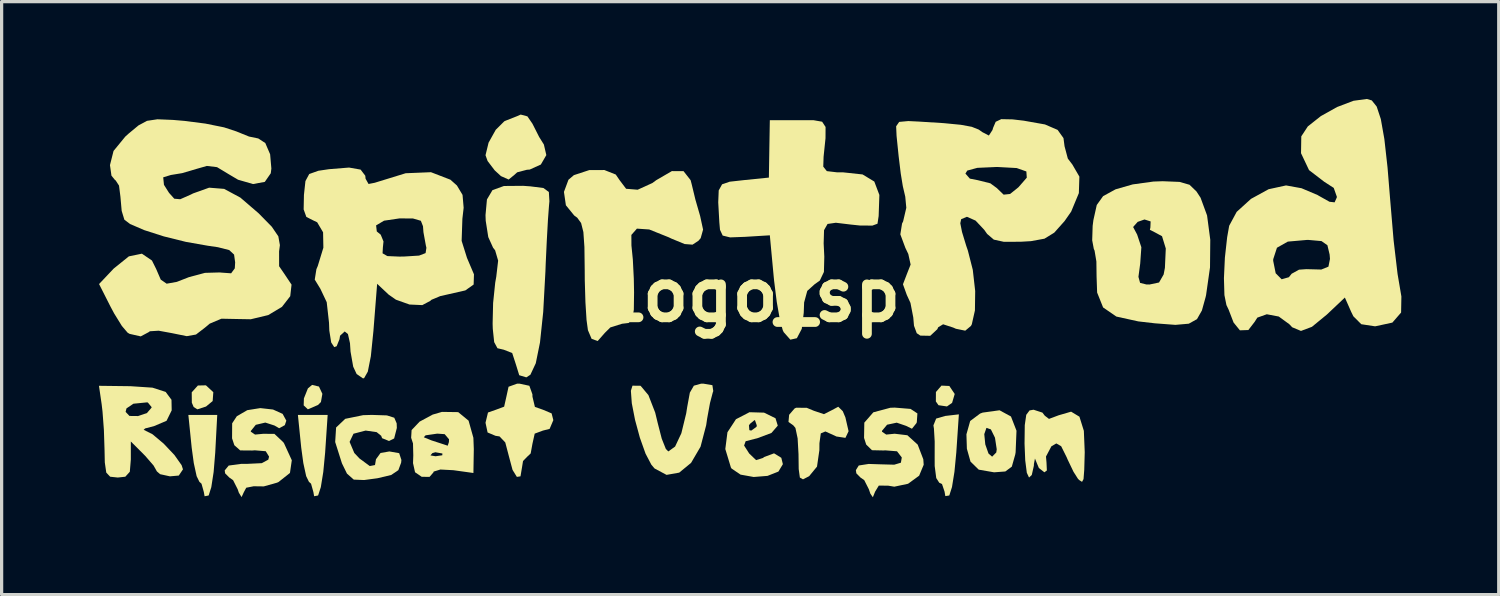
<source format=kicad_pcb>
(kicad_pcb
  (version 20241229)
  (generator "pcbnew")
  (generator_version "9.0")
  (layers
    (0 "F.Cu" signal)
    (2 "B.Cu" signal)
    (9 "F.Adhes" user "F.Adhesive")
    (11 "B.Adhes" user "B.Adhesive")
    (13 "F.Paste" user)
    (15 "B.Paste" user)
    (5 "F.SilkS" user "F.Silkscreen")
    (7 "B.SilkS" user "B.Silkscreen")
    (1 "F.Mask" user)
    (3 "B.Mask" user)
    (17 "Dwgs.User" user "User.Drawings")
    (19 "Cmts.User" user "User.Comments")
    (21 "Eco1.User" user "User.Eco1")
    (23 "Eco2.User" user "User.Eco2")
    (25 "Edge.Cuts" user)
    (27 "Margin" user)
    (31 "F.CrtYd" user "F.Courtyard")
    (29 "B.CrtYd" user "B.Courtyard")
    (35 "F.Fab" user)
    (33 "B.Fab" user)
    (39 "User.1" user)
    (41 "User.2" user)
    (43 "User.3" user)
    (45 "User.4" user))
  (footprint "Logo_sp"
    (layer "F.Cu")
    (at 20.112 6.04)
    (property "Reference" "Logo_sp" (at 0 0 0) (layer "F.SilkS") (effects (font (size 1.524 1.524) (thickness 0.3))))
    (attr board_only exclude_from_pos_files exclude_from_bom)
    (fp_poly (pts (xy 6.095 2.805) (xy 6.261 3.052) (xy 6.18 3.326) (xy 6.022 3.436) (xy 5.761 3.398) (xy 5.68 3.282) (xy 5.682 2.991) (xy 5.853 2.794)) (stroke (width 0) (type solid)) (fill yes) (layer "F.SilkS"))
    (fp_poly (pts (xy -16.588 2.997) (xy -16.608 3.27) (xy -16.813 3.439) (xy -17.079 3.525) (xy -17.193 3.454) (xy -17.25 3.321) (xy -17.253 3.001) (xy -17.064 2.791) (xy -16.816 2.785)) (stroke (width 0) (type solid)) (fill yes) (layer "F.SilkS"))
    (fp_poly (pts (xy -13.332 2.823) (xy -13.227 3.047) (xy -13.271 3.299) (xy -13.36 3.39) (xy -13.674 3.525) (xy -13.803 3.403) (xy -13.796 3.188) (xy -13.673 2.88) (xy -13.544 2.772)) (stroke (width 0) (type solid)) (fill yes) (layer "F.SilkS"))
    (fp_poly (pts (xy -16.529 4.863) (xy -16.578 5.456) (xy -16.65 5.924) (xy -16.729 6.173) (xy -16.735 6.181) (xy -16.857 6.204) (xy -16.88 6.074) (xy -16.952 5.817) (xy -17.016 5.761) (xy -17.102 5.585) (xy -17.19 5.181) (xy -17.255 4.702) (xy -17.357 3.697) (xy -16.467 3.697)) (stroke (width 0) (type solid)) (fill yes) (layer "F.SilkS"))
    (fp_poly (pts (xy -13.142 4.863) (xy -13.199 5.456) (xy -13.275 5.924) (xy -13.356 6.173) (xy -13.362 6.181) (xy -13.481 6.203) (xy -13.504 6.074) (xy -13.576 5.817) (xy -13.64 5.761) (xy -13.726 5.585) (xy -13.814 5.181) (xy -13.879 4.702) (xy -13.981 3.697) (xy -13.064 3.697)) (stroke (width 0) (type solid)) (fill yes) (layer "F.SilkS"))
    (fp_poly (pts (xy 6.31 4.854) (xy 6.253 5.449) (xy 6.177 5.92) (xy 6.097 6.172) (xy 6.09 6.181) (xy 5.972 6.199) (xy 5.948 6.061) (xy 5.869 5.827) (xy 5.784 5.787) (xy 5.692 5.643) (xy 5.644 5.272) (xy 5.643 5.024) (xy 5.644 4.516) (xy 5.621 4.121) (xy 5.605 4.019) (xy 5.689 3.81) (xy 5.967 3.729) (xy 6.389 3.68)) (stroke (width 0) (type solid)) (fill yes) (layer "F.SilkS"))
    (fp_poly (pts (xy -6.908 -5.504) (xy -6.753 -5.278) (xy -6.546 -4.869) (xy -6.4 -4.635) (xy -6.325 -4.31) (xy -6.494 -4.019) (xy -6.837 -3.864) (xy -6.923 -3.858) (xy -7.222 -3.78) (xy -7.315 -3.697) (xy -7.486 -3.557) (xy -7.724 -3.663) (xy -7.917 -3.841) (xy -8.135 -4.128) (xy -8.199 -4.306) (xy -8.105 -4.693) (xy -7.883 -5.091) (xy -7.62 -5.352) (xy -7.576 -5.372) (xy -7.226 -5.51) (xy -7.115 -5.559)) (stroke (width 0) (type solid)) (fill yes) (layer "F.SilkS"))
    (fp_poly (pts (xy 7.995 3.746) (xy 8.165 4.184) (xy 8.138 4.85) (xy 8.126 4.919) (xy 8.021 5.291) (xy 7.821 5.44) (xy 7.474 5.466) (xy 7.001 5.384) (xy 6.748 5.137) (xy 6.636 4.74) (xy 6.622 4.296) (xy 6.624 4.289) (xy 7.172 4.289) (xy 7.203 4.605) (xy 7.302 4.887) (xy 7.414 4.984) (xy 7.542 4.854) (xy 7.556 4.756) (xy 7.502 4.4) (xy 7.376 4.144) (xy 7.239 4.096) (xy 7.172 4.289) (xy 6.624 4.289) (xy 6.738 3.884) (xy 7.043 3.656) (xy 7.122 3.626) (xy 7.643 3.554)) (stroke (width 0) (type solid)) (fill yes) (layer "F.SilkS"))
    (fp_poly (pts (xy 2.811 3.582) (xy 2.892 3.774) (xy 2.99 4.2) (xy 2.893 4.404) (xy 2.614 4.362) (xy 2.573 4.341) (xy 2.275 4.207) (xy 2.134 4.266) (xy 2.092 4.57) (xy 2.09 4.784) (xy 2.017 5.29) (xy 1.775 5.585) (xy 1.768 5.589) (xy 1.585 5.683) (xy 1.489 5.628) (xy 1.453 5.366) (xy 1.447 4.905) (xy 1.42 4.42) (xy 1.352 4.098) (xy 1.286 4.019) (xy 1.138 3.914) (xy 1.158 3.693) (xy 1.326 3.499) (xy 1.373 3.476) (xy 1.7 3.478) (xy 1.922 3.57) (xy 2.231 3.674) (xy 2.476 3.55) (xy 2.672 3.445)) (stroke (width 0) (type solid)) (fill yes) (layer "F.SilkS"))
    (fp_poly (pts (xy -6.848 2.799) (xy -6.754 3.061) (xy -6.752 3.135) (xy -6.677 3.45) (xy -6.43 3.537) (xy -6.162 3.65) (xy -6.109 3.858) (xy -6.223 4.127) (xy -6.43 4.18) (xy -6.683 4.274) (xy -6.752 4.582) (xy -6.807 4.884) (xy -6.913 4.984) (xy -7.043 5.118) (xy -7.073 5.305) (xy -7.121 5.59) (xy -7.233 5.607) (xy -7.366 5.392) (xy -7.475 4.984) (xy -7.59 4.546) (xy -7.767 4.36) (xy -7.891 4.341) (xy -8.135 4.238) (xy -8.199 3.939) (xy -8.123 3.623) (xy -7.877 3.537) (xy -7.625 3.443) (xy -7.556 3.135) (xy -7.489 2.829) (xy -7.228 2.735) (xy -7.154 2.733)) (stroke (width 0) (type solid)) (fill yes) (layer "F.SilkS"))
    (fp_poly (pts (xy -1.207 2.781) (xy -1.18 2.962) (xy -1.196 3.007) (xy -1.281 3.331) (xy -1.37 3.817) (xy -1.398 4.012) (xy -1.572 4.676) (xy -1.864 5.175) (xy -2.23 5.476) (xy -2.62 5.545) (xy -2.989 5.348) (xy -3.087 5.233) (xy -3.267 4.891) (xy -3.442 4.399) (xy -3.591 3.85) (xy -3.691 3.337) (xy -3.719 2.953) (xy -3.67 2.796) (xy -3.42 2.799) (xy -3.179 3.087) (xy -2.97 3.625) (xy -2.891 3.951) (xy -2.768 4.429) (xy -2.642 4.745) (xy -2.566 4.823) (xy -2.356 4.672) (xy -2.163 4.261) (xy -2.014 3.649) (xy -1.985 3.463) (xy -1.902 3.011) (xy -1.778 2.796) (xy -1.555 2.734) (xy -1.488 2.733)) (stroke (width 0) (type solid)) (fill yes) (layer "F.SilkS"))
    (fp_poly (pts (xy -11.238 3.712) (xy -11.011 3.784) (xy -10.937 3.957) (xy -10.932 4.099) (xy -11.015 4.423) (xy -11.173 4.501) (xy -11.387 4.414) (xy -11.414 4.341) (xy -11.554 4.228) (xy -11.89 4.18) (xy -11.896 4.18) (xy -12.268 4.277) (xy -12.388 4.528) (xy -12.243 4.87) (xy -12.084 5.039) (xy -11.766 5.273) (xy -11.605 5.242) (xy -11.575 5.064) (xy -11.434 4.87) (xy -11.162 4.823) (xy -10.86 4.876) (xy -10.791 5.086) (xy -10.8 5.17) (xy -10.885 5.399) (xy -11.105 5.548) (xy -11.53 5.649) (xy -11.941 5.704) (xy -12.26 5.691) (xy -12.469 5.506) (xy -12.624 5.189) (xy -12.832 4.533) (xy -12.804 4.085) (xy -12.523 3.818) (xy -11.972 3.705) (xy -11.703 3.697)) (stroke (width 0) (type solid)) (fill yes) (layer "F.SilkS"))
    (fp_poly (pts (xy -6.817 -3.347) (xy -6.414 -3.296) (xy -6.247 -3.173) (xy -6.23 -2.887) (xy -6.244 -2.733) (xy -6.275 -2.313) (xy -6.31 -1.685) (xy -6.344 -0.964) (xy -6.353 -0.723) (xy -6.421 0.525) (xy -6.52 1.464) (xy -6.65 2.105) (xy -6.816 2.459) (xy -6.941 2.54) (xy -7.16 2.474) (xy -7.263 2.14) (xy -7.377 1.79) (xy -7.636 1.688) (xy -7.831 1.642) (xy -7.932 1.454) (xy -7.975 1.045) (xy -7.98 0.884) (xy -7.965 0.249) (xy -7.9 -0.379) (xy -7.868 -0.56) (xy -7.81 -1.057) (xy -7.903 -1.376) (xy -7.966 -1.456) (xy -8.114 -1.783) (xy -8.193 -2.288) (xy -8.199 -2.461) (xy -8.155 -2.943) (xy -7.985 -3.23) (xy -7.632 -3.358) (xy -7.04 -3.363)) (stroke (width 0) (type solid)) (fill yes) (layer "F.SilkS"))
    (fp_poly (pts (xy 0.385 3.627) (xy 0.738 3.8) (xy 0.808 4.028) (xy 0.613 4.253) (xy 0.169 4.419) (xy 0.14 4.425) (xy -0.182 4.508) (xy -0.23 4.641) (xy -0.072 4.887) (xy 0.14 5.09) (xy 0.351 5.024) (xy 0.39 4.994) (xy 0.693 4.881) (xy 0.917 5.019) (xy 0.965 5.215) (xy 0.828 5.443) (xy 0.492 5.576) (xy 0.066 5.61) (xy -0.34 5.537) (xy -0.616 5.35) (xy -0.637 5.316) (xy -0.809 4.749) (xy -0.743 4.231) (xy -0.604 4.019) (xy -0.08 4.019) (xy -0.068 4.167) (xy -0.009 4.18) (xy 0.154 4.063) (xy 0.161 4.019) (xy 0.106 3.862) (xy 0.09 3.858) (xy -0.047 3.971) (xy -0.08 4.019) (xy -0.604 4.019) (xy -0.481 3.83) (xy -0.064 3.614)) (stroke (width 0) (type solid)) (fill yes) (layer "F.SilkS"))
    (fp_poly (pts (xy 8.964 3.626) (xy 9.037 3.721) (xy 9.166 3.82) (xy 9.463 3.709) (xy 9.848 3.597) (xy 10.105 3.752) (xy 10.241 4.188) (xy 10.268 4.843) (xy 10.253 5.389) (xy 10.231 5.675) (xy 10.185 5.76) (xy 10.1 5.706) (xy 10.06 5.667) (xy 9.921 5.448) (xy 9.739 5.068) (xy 9.712 5.004) (xy 9.541 4.661) (xy 9.392 4.576) (xy 9.24 4.665) (xy 9.074 4.98) (xy 9.09 5.167) (xy 9.101 5.409) (xy 9.025 5.466) (xy 8.855 5.333) (xy 8.792 5.184) (xy 8.734 5.041) (xy 8.703 5.205) (xy 8.7 5.265) (xy 8.636 5.548) (xy 8.551 5.627) (xy 8.483 5.48) (xy 8.434 5.096) (xy 8.413 4.582) (xy 8.42 4.012) (xy 8.466 3.694) (xy 8.567 3.559) (xy 8.69 3.537)) (stroke (width 0) (type solid)) (fill yes) (layer "F.SilkS"))
    (fp_poly (pts (xy -9.041 3.611) (xy -8.721 3.874) (xy -8.573 4.402) (xy -8.56 4.75) (xy -8.572 5.487) (xy -9.189 5.401) (xy -9.59 5.38) (xy -9.796 5.443) (xy -9.806 5.471) (xy -9.924 5.607) (xy -10.166 5.604) (xy -10.37 5.465) (xy -10.371 5.463) (xy -10.433 5.184) (xy -10.425 4.945) (xy -9.897 4.945) (xy -9.739 4.971) (xy -9.531 4.941) (xy -9.528 4.886) (xy -9.744 4.848) (xy -9.836 4.874) (xy -9.897 4.945) (xy -10.425 4.945) (xy -10.425 4.941) (xy -10.434 4.576) (xy -10.491 4.402) (xy -10.49 4.386) (xy -10.101 4.386) (xy -9.865 4.482) (xy -9.806 4.501) (xy -9.493 4.603) (xy -9.364 4.646) (xy -9.327 4.533) (xy -9.324 4.448) (xy -9.458 4.29) (xy -9.686 4.274) (xy -10.046 4.326) (xy -10.101 4.386) (xy -10.49 4.386) (xy -10.477 4.164) (xy -10.23 3.904) (xy -9.827 3.687) (xy -9.541 3.604)) (stroke (width 0) (type solid)) (fill yes) (layer "F.SilkS"))
    (fp_poly (pts (xy 4.899 3.512) (xy 5.111 3.651) (xy 5.093 3.919) (xy 5.082 3.95) (xy 4.943 4.123) (xy 4.761 4.034) (xy 4.474 3.936) (xy 4.177 3.999) (xy 4.021 4.186) (xy 4.019 4.214) (xy 4.15 4.303) (xy 4.411 4.277) (xy 4.802 4.324) (xy 5.12 4.613) (xy 5.293 5.065) (xy 5.305 5.233) (xy 5.165 5.57) (xy 4.823 5.819) (xy 4.399 5.909) (xy 4.212 5.878) (xy 3.922 5.875) (xy 3.808 6.062) (xy 3.738 6.235) (xy 3.661 6.123) (xy 3.615 5.988) (xy 3.473 5.708) (xy 3.357 5.627) (xy 3.229 5.497) (xy 3.215 5.398) (xy 3.304 5.256) (xy 3.61 5.208) (xy 3.947 5.219) (xy 4.398 5.231) (xy 4.602 5.17) (xy 4.629 5.015) (xy 4.628 5.006) (xy 4.483 4.818) (xy 4.113 4.789) (xy 4.077 4.793) (xy 3.711 4.785) (xy 3.533 4.611) (xy 3.467 4.406) (xy 3.475 3.935) (xy 3.753 3.617) (xy 4.275 3.477) (xy 4.413 3.472)) (stroke (width 0) (type solid)) (fill yes) (layer "F.SilkS"))
    (fp_poly (pts (xy -14.748 3.531) (xy -14.452 3.665) (xy -14.338 3.874) (xy -14.384 4.013) (xy -14.559 4.108) (xy -14.703 4.024) (xy -14.985 3.933) (xy -15.279 4.002) (xy -15.431 4.191) (xy -15.433 4.214) (xy -15.302 4.303) (xy -15.049 4.279) (xy -14.704 4.282) (xy -14.431 4.539) (xy -14.406 4.577) (xy -14.169 5.094) (xy -14.226 5.486) (xy -14.578 5.765) (xy -14.626 5.786) (xy -15.032 5.9) (xy -15.338 5.896) (xy -15.34 5.895) (xy -15.573 5.941) (xy -15.647 6.078) (xy -15.717 6.23) (xy -15.801 6.094) (xy -15.837 5.988) (xy -15.979 5.708) (xy -16.095 5.627) (xy -16.224 5.498) (xy -16.237 5.408) (xy -16.114 5.258) (xy -15.723 5.205) (xy -15.553 5.206) (xy -15.095 5.184) (xy -14.893 5.076) (xy -14.87 4.982) (xy -14.972 4.816) (xy -15.311 4.788) (xy -15.387 4.794) (xy -15.759 4.791) (xy -15.94 4.631) (xy -16.01 4.419) (xy -16.007 3.956) (xy -15.863 3.737) (xy -15.541 3.551) (xy -15.14 3.487)) (stroke (width 0) (type solid)) (fill yes) (layer "F.SilkS"))
    (fp_poly (pts (xy -19.141 2.812) (xy -18.463 2.857) (xy -18.057 2.988) (xy -17.877 3.23) (xy -17.871 3.557) (xy -18.029 3.878) (xy -18.407 4.039) (xy -18.69 4.114) (xy -18.736 4.159) (xy -18.724 4.161) (xy -18.462 4.293) (xy -18.118 4.582) (xy -17.787 4.932) (xy -17.565 5.246) (xy -17.523 5.375) (xy -17.652 5.566) (xy -17.925 5.59) (xy -18.227 5.524) (xy -18.327 5.438) (xy -18.43 5.256) (xy -18.683 4.964) (xy -18.728 4.918) (xy -19.13 4.516) (xy -19.13 5.071) (xy -19.161 5.449) (xy -19.3 5.602) (xy -19.532 5.627) (xy -19.767 5.602) (xy -19.887 5.474) (xy -19.932 5.162) (xy -19.94 4.783) (xy -19.96 4.163) (xy -20.002 3.603) (xy -19.291 3.603) (xy -19.172 3.729) (xy -18.906 3.732) (xy -18.633 3.639) (xy -18.492 3.474) (xy -18.49 3.456) (xy -18.607 3.313) (xy -18.648 3.312) (xy -18.948 3.342) (xy -19.05 3.352) (xy -19.264 3.496) (xy -19.291 3.603) (xy -20.002 3.603) (xy -20.005 3.573) (xy -20.029 3.369) (xy -20.112 2.8)) (stroke (width 0) (type solid)) (fill yes) (layer "F.SilkS"))
    (fp_poly (pts (xy -4.185 -3.711) (xy -4.066 -3.537) (xy -3.866 -3.272) (xy -3.51 -3.243) (xy -3.058 -3.449) (xy -2.938 -3.537) (xy -2.456 -3.817) (xy -2.097 -3.816) (xy -1.878 -3.537) (xy -1.846 -3.416) (xy -1.731 -2.94) (xy -1.585 -2.434) (xy -1.494 -2.014) (xy -1.568 -1.75) (xy -1.638 -1.669) (xy -1.82 -1.55) (xy -2.063 -1.569) (xy -2.47 -1.737) (xy -2.551 -1.776) (xy -3.154 -2.018) (xy -3.533 -2.044) (xy -3.704 -1.85) (xy -3.702 -1.524) (xy -3.659 -1.095) (xy -3.629 -0.501) (xy -3.621 -0.08) (xy -3.628 0.455) (xy -3.675 0.745) (xy -3.79 0.864) (xy -3.992 0.888) (xy -4.352 1.001) (xy -4.523 1.17) (xy -4.742 1.42) (xy -4.93 1.352) (xy -5.043 1.085) (xy -5.086 0.767) (xy -5.12 0.222) (xy -5.14 -0.452) (xy -5.142 -0.762) (xy -5.151 -1.476) (xy -5.183 -1.938) (xy -5.253 -2.216) (xy -5.373 -2.381) (xy -5.466 -2.449) (xy -5.722 -2.764) (xy -5.782 -3.176) (xy -5.643 -3.55) (xy -5.476 -3.692) (xy -5.002 -3.848) (xy -4.536 -3.85)) (stroke (width 0) (type solid)) (fill yes) (layer "F.SilkS"))
    (fp_poly (pts (xy 1.913 -5.385) (xy 2.175 -5.339) (xy 2.281 -5.177) (xy 2.279 -4.829) (xy 2.22 -4.26) (xy 2.21 -3.954) (xy 2.32 -3.816) (xy 2.635 -3.779) (xy 2.827 -3.778) (xy 3.421 -3.714) (xy 3.783 -3.495) (xy 3.939 -3.082) (xy 3.917 -2.433) (xy 3.881 -2.195) (xy 3.725 -2.138) (xy 3.349 -2.139) (xy 3.054 -2.17) (xy 2.598 -2.225) (xy 2.342 -2.188) (xy 2.234 -1.997) (xy 2.222 -1.589) (xy 2.242 -1.178) (xy 2.23 -0.709) (xy 2.104 -0.444) (xy 1.943 -0.329) (xy 1.717 -0.125) (xy 1.62 0.231) (xy 1.608 0.551) (xy 1.547 1.046) (xy 1.396 1.333) (xy 1.196 1.378) (xy 0.99 1.146) (xy 0.96 1.082) (xy 0.871 0.753) (xy 0.776 0.211) (xy 0.695 -0.438) (xy 0.683 -0.558) (xy 0.563 -1.838) (xy -0.201 -1.791) (xy -0.662 -1.774) (xy -0.89 -1.83) (xy -0.973 -2.009) (xy -0.993 -2.238) (xy -1.027 -2.855) (xy -1.012 -3.222) (xy -0.908 -3.41) (xy -0.675 -3.49) (xy -0.271 -3.535) (xy -0.256 -3.537) (xy 0.534 -3.617) (xy 0.548 -4.501) (xy 0.563 -5.385) (xy 1.447 -5.385)) (stroke (width 0) (type solid)) (fill yes) (layer "F.SilkS"))
    (fp_poly (pts (xy 13.189 -3.484) (xy 13.497 -3.396) (xy 13.711 -3.19) (xy 13.838 -2.996) (xy 14.038 -2.451) (xy 14.137 -1.701) (xy 14.129 -0.85) (xy 14.008 0.000302) (xy 13.994 0.064) (xy 13.879 0.479) (xy 13.727 0.746) (xy 13.475 0.886) (xy 13.062 0.922) (xy 12.429 0.874) (xy 11.919 0.815) (xy 11.243 0.666) (xy 10.834 0.385) (xy 10.65 -0.074) (xy 10.633 -0.57) (xy 10.627 -1.032) (xy 10.571 -1.367) (xy 10.548 -1.417) (xy 10.498 -1.684) (xy 10.511 -2.094) (xy 11.759 -2.094) (xy 11.879 -1.869) (xy 11.881 -1.867) (xy 12.013 -1.47) (xy 11.978 -0.97) (xy 11.923 -0.558) (xy 11.974 -0.372) (xy 12.168 -0.323) (xy 12.266 -0.322) (xy 12.558 -0.384) (xy 12.7 -0.631) (xy 12.739 -0.835) (xy 12.766 -1.432) (xy 12.65 -1.81) (xy 12.431 -1.929) (xy 12.276 -2.007) (xy 12.291 -2.079) (xy 12.299 -2.266) (xy 12.11 -2.326) (xy 11.899 -2.252) (xy 11.759 -2.094) (xy 10.511 -2.094) (xy 10.512 -2.127) (xy 10.535 -2.307) (xy 10.639 -2.773) (xy 10.834 -3.045) (xy 11.212 -3.252) (xy 11.228 -3.258) (xy 11.747 -3.407) (xy 12.386 -3.495) (xy 12.673 -3.505)) (stroke (width 0) (type solid)) (fill yes) (layer "F.SilkS"))
    (fp_poly (pts (xy 19.115 -5.995) (xy 19.266 -5.805) (xy 19.393 -5.42) (xy 19.502 -4.805) (xy 19.6 -3.93) (xy 19.678 -2.974) (xy 19.787 -1.684) (xy 19.909 -0.648) (xy 20.027 0.047) (xy 20.018 0.542) (xy 19.749 0.852) (xy 19.232 0.964) (xy 19.205 0.965) (xy 18.791 0.902) (xy 18.547 0.658) (xy 18.48 0.522) (xy 18.285 0.08) (xy 17.732 0.603) (xy 17.27 0.982) (xy 16.932 1.109) (xy 16.662 0.996) (xy 16.573 0.902) (xy 16.248 0.665) (xy 15.879 0.595) (xy 15.587 0.699) (xy 15.506 0.827) (xy 15.311 1.081) (xy 15.05 1.09) (xy 14.855 0.85) (xy 14.853 0.844) (xy 14.701 0.45) (xy 14.635 0.312) (xy 14.573 0.004) (xy 14.558 -0.517) (xy 14.583 -1.052) (xy 16.076 -1.052) (xy 16.153 -0.668) (xy 16.337 -0.483) (xy 16.56 -0.547) (xy 16.644 -0.653) (xy 16.872 -0.779) (xy 17.096 -0.795) (xy 17.559 -0.783) (xy 17.779 -0.873) (xy 17.826 -1.111) (xy 17.815 -1.246) (xy 17.747 -1.532) (xy 17.565 -1.66) (xy 17.172 -1.695) (xy 17.121 -1.696) (xy 16.527 -1.644) (xy 16.192 -1.455) (xy 16.077 -1.102) (xy 16.076 -1.052) (xy 14.583 -1.052) (xy 14.587 -1.145) (xy 14.657 -1.777) (xy 14.72 -2.133) (xy 14.951 -2.561) (xy 15.392 -2.961) (xy 15.934 -3.258) (xy 16.47 -3.375) (xy 16.475 -3.375) (xy 16.949 -3.289) (xy 17.443 -3.08) (xy 17.472 -3.062) (xy 17.811 -2.872) (xy 17.969 -2.854) (xy 18.035 -3.002) (xy 18.039 -3.023) (xy 17.942 -3.299) (xy 17.648 -3.489) (xy 17.181 -3.847) (xy 16.934 -4.368) (xy 16.942 -4.888) (xy 17.144 -5.195) (xy 17.545 -5.512) (xy 18.046 -5.792) (xy 18.551 -5.984) (xy 18.964 -6.04)) (stroke (width 0) (type solid)) (fill yes) (layer "F.SilkS"))
    (fp_poly (pts (xy -12.048 -3.863) (xy -11.904 -3.673) (xy -11.896 -3.583) (xy -11.804 -3.42) (xy -11.615 -3.457) (xy -10.66 -3.751) (xy -9.88 -3.783) (xy -9.281 -3.552) (xy -9.08 -3.373) (xy -8.907 -3.084) (xy -8.873 -2.687) (xy -8.912 -2.346) (xy -8.935 -1.667) (xy -8.77 -1.142) (xy -8.555 -0.636) (xy -8.565 -0.321) (xy -8.821 -0.14) (xy -9.167 -0.061) (xy -9.595 0.036) (xy -9.867 0.15) (xy -9.9 0.182) (xy -10.147 0.313) (xy -10.542 0.295) (xy -10.96 0.146) (xy -11.185 -0.011) (xy -11.539 -0.344) (xy -11.654 1.114) (xy -11.733 1.889) (xy -11.827 2.364) (xy -11.94 2.563) (xy -11.975 2.572) (xy -12.171 2.437) (xy -12.277 2.21) (xy -12.359 1.745) (xy -12.376 1.487) (xy -12.439 1.205) (xy -12.539 1.125) (xy -12.682 1.256) (xy -12.7 1.366) (xy -12.787 1.58) (xy -12.861 1.608) (xy -12.955 1.464) (xy -13.013 1.098) (xy -13.022 0.857) (xy -13.093 0.223) (xy -13.288 -0.189) (xy -13.462 -0.473) (xy -13.411 -0.793) (xy -13.369 -0.892) (xy -13.196 -1.457) (xy -13.205 -1.931) (xy -13.331 -2.144) (xy -11.571 -2.144) (xy -11.55 -1.957) (xy -11.429 -1.858) (xy -11.343 -1.649) (xy -11.362 -1.466) (xy -11.372 -1.283) (xy -11.225 -1.198) (xy -10.851 -1.182) (xy -10.697 -1.185) (xy -10.247 -1.213) (xy -10.046 -1.29) (xy -10.021 -1.453) (xy -10.038 -1.527) (xy -10.112 -1.933) (xy -10.126 -2.118) (xy -10.192 -2.286) (xy -10.436 -2.357) (xy -10.851 -2.359) (xy -11.326 -2.289) (xy -11.571 -2.144) (xy -13.331 -2.144) (xy -13.387 -2.239) (xy -13.514 -2.3) (xy -13.721 -2.405) (xy -13.804 -2.636) (xy -13.795 -3.082) (xy -13.749 -3.51) (xy -13.632 -3.727) (xy -13.351 -3.827) (xy -13.022 -3.876) (xy -12.405 -3.926)) (stroke (width 0) (type solid)) (fill yes) (layer "F.SilkS"))
    (fp_poly (pts (xy 8.044 -5.411) (xy 8.387 -5.371) (xy 9.042 -5.255) (xy 9.432 -5.087) (xy 9.613 -4.834) (xy 9.646 -4.582) (xy 9.747 -4.203) (xy 9.887 -4.019) (xy 10.103 -3.647) (xy 10.087 -3.139) (xy 9.85 -2.568) (xy 9.646 -2.276) (xy 9.328 -1.919) (xy 9.027 -1.734) (xy 8.61 -1.658) (xy 8.3 -1.64) (xy 7.777 -1.637) (xy 7.466 -1.705) (xy 7.26 -1.881) (xy 7.17 -2.008) (xy 6.904 -2.291) (xy 6.638 -2.409) (xy 6.46 -2.335) (xy 6.433 -2.21) (xy 6.486 -1.941) (xy 6.616 -1.514) (xy 6.667 -1.366) (xy 6.818 -0.774) (xy 6.892 -0.121) (xy 6.884 0.477) (xy 6.788 0.904) (xy 6.761 0.955) (xy 6.586 1.101) (xy 6.298 1.042) (xy 6.214 1.005) (xy 5.903 0.904) (xy 5.751 0.997) (xy 5.726 1.055) (xy 5.507 1.259) (xy 5.201 1.253) (xy 5.091 1.179) (xy 5.006 0.949) (xy 4.984 0.694) (xy 4.897 0.244) (xy 4.784 -0.002) (xy 4.666 -0.329) (xy 4.787 -0.645) (xy 4.902 -0.937) (xy 4.831 -1.261) (xy 4.74 -1.451) (xy 4.585 -1.868) (xy 4.638 -2.2) (xy 4.671 -2.267) (xy 4.769 -2.686) (xy 4.737 -3.029) (xy 4.662 -3.351) (xy 4.598 -3.74) (xy 4.598 -3.74) (xy 6.591 -3.74) (xy 6.728 -3.585) (xy 6.973 -3.537) (xy 7.358 -3.441) (xy 7.556 -3.296) (xy 7.769 -3.091) (xy 7.967 -3.112) (xy 8.226 -3.32) (xy 8.482 -3.614) (xy 8.469 -3.806) (xy 8.171 -3.911) (xy 7.573 -3.944) (xy 7.556 -3.944) (xy 6.957 -3.917) (xy 6.648 -3.833) (xy 6.591 -3.74) (xy 4.598 -3.74) (xy 4.532 -4.285) (xy 4.469 -4.903) (xy 4.456 -5.198) (xy 4.549 -5.333) (xy 4.83 -5.359) (xy 5.144 -5.344) (xy 5.924 -5.295) (xy 6.449 -5.244) (xy 6.786 -5.182) (xy 7 -5.097) (xy 7.112 -5.018) (xy 7.314 -4.913) (xy 7.425 -5.084) (xy 7.443 -5.148) (xy 7.524 -5.337) (xy 7.696 -5.418)) (stroke (width 0) (type solid)) (fill yes) (layer "F.SilkS"))
    (fp_poly (pts (xy -17.828 -5.394) (xy -17.476 -5.364) (xy -16.831 -5.281) (xy -16.257 -5.165) (xy -15.883 -5.042) (xy -15.488 -4.882) (xy -15.203 -4.823) (xy -14.986 -4.682) (xy -14.837 -4.335) (xy -14.799 -3.896) (xy -14.817 -3.75) (xy -15.001 -3.485) (xy -15.363 -3.418) (xy -15.825 -3.551) (xy -16.096 -3.711) (xy -16.474 -3.939) (xy -16.786 -3.976) (xy -17.112 -3.883) (xy -17.548 -3.754) (xy -17.889 -3.698) (xy -17.896 -3.697) (xy -18.132 -3.625) (xy -18.109 -3.394) (xy -17.953 -3.147) (xy -17.791 -2.966) (xy -17.607 -2.95) (xy -17.281 -3.094) (xy -17.212 -3.129) (xy -16.717 -3.306) (xy -16.254 -3.269) (xy -15.754 -3) (xy -15.19 -2.515) (xy -14.786 -2.103) (xy -14.584 -1.806) (xy -14.536 -1.535) (xy -14.561 -1.344) (xy -14.56 -0.885) (xy -14.402 -0.655) (xy -14.177 -0.318) (xy -14.217 0.038) (xy -14.472 0.367) (xy -14.894 0.62) (xy -15.433 0.749) (xy -15.835 0.742) (xy -16.338 0.732) (xy -16.698 0.884) (xy -16.844 1.006) (xy -17.122 1.22) (xy -17.406 1.27) (xy -17.844 1.181) (xy -17.852 1.179) (xy -18.272 1.102) (xy -18.543 1.119) (xy -18.581 1.147) (xy -18.825 1.277) (xy -19.169 1.199) (xy -19.229 1.163) (xy -19.405 0.957) (xy -19.643 0.572) (xy -19.759 0.355) (xy -20.109 -0.336) (xy -19.66 -0.811) (xy -19.191 -1.189) (xy -18.789 -1.272) (xy -18.479 -1.061) (xy -18.351 -0.804) (xy -18.208 -0.473) (xy -18.026 -0.347) (xy -17.713 -0.403) (xy -17.341 -0.548) (xy -16.845 -0.681) (xy -16.38 -0.694) (xy -16.357 -0.69) (xy -16.039 -0.667) (xy -15.926 -0.82) (xy -15.915 -1.005) (xy -15.948 -1.244) (xy -16.098 -1.383) (xy -16.445 -1.471) (xy -16.759 -1.517) (xy -17.434 -1.636) (xy -18.115 -1.805) (xy -18.717 -1.998) (xy -19.155 -2.187) (xy -19.329 -2.319) (xy -19.412 -2.591) (xy -19.449 -3.007) (xy -19.449 -3.014) (xy -19.494 -3.37) (xy -19.601 -3.535) (xy -19.613 -3.537) (xy -19.727 -3.676) (xy -19.773 -4.002) (xy -19.663 -4.438) (xy -19.3 -4.881) (xy -19.205 -4.967) (xy -18.894 -5.225) (xy -18.631 -5.366) (xy -18.31 -5.414)) (stroke (width 0) (type solid)) (fill yes) (layer "F.SilkS")))
  (gr_rect
    (start -3 -3)
    (end 43.139 15.275)
    (stroke (width 0.1) (type default))
    (fill no)
    (layer "Edge.Cuts")))
</source>
